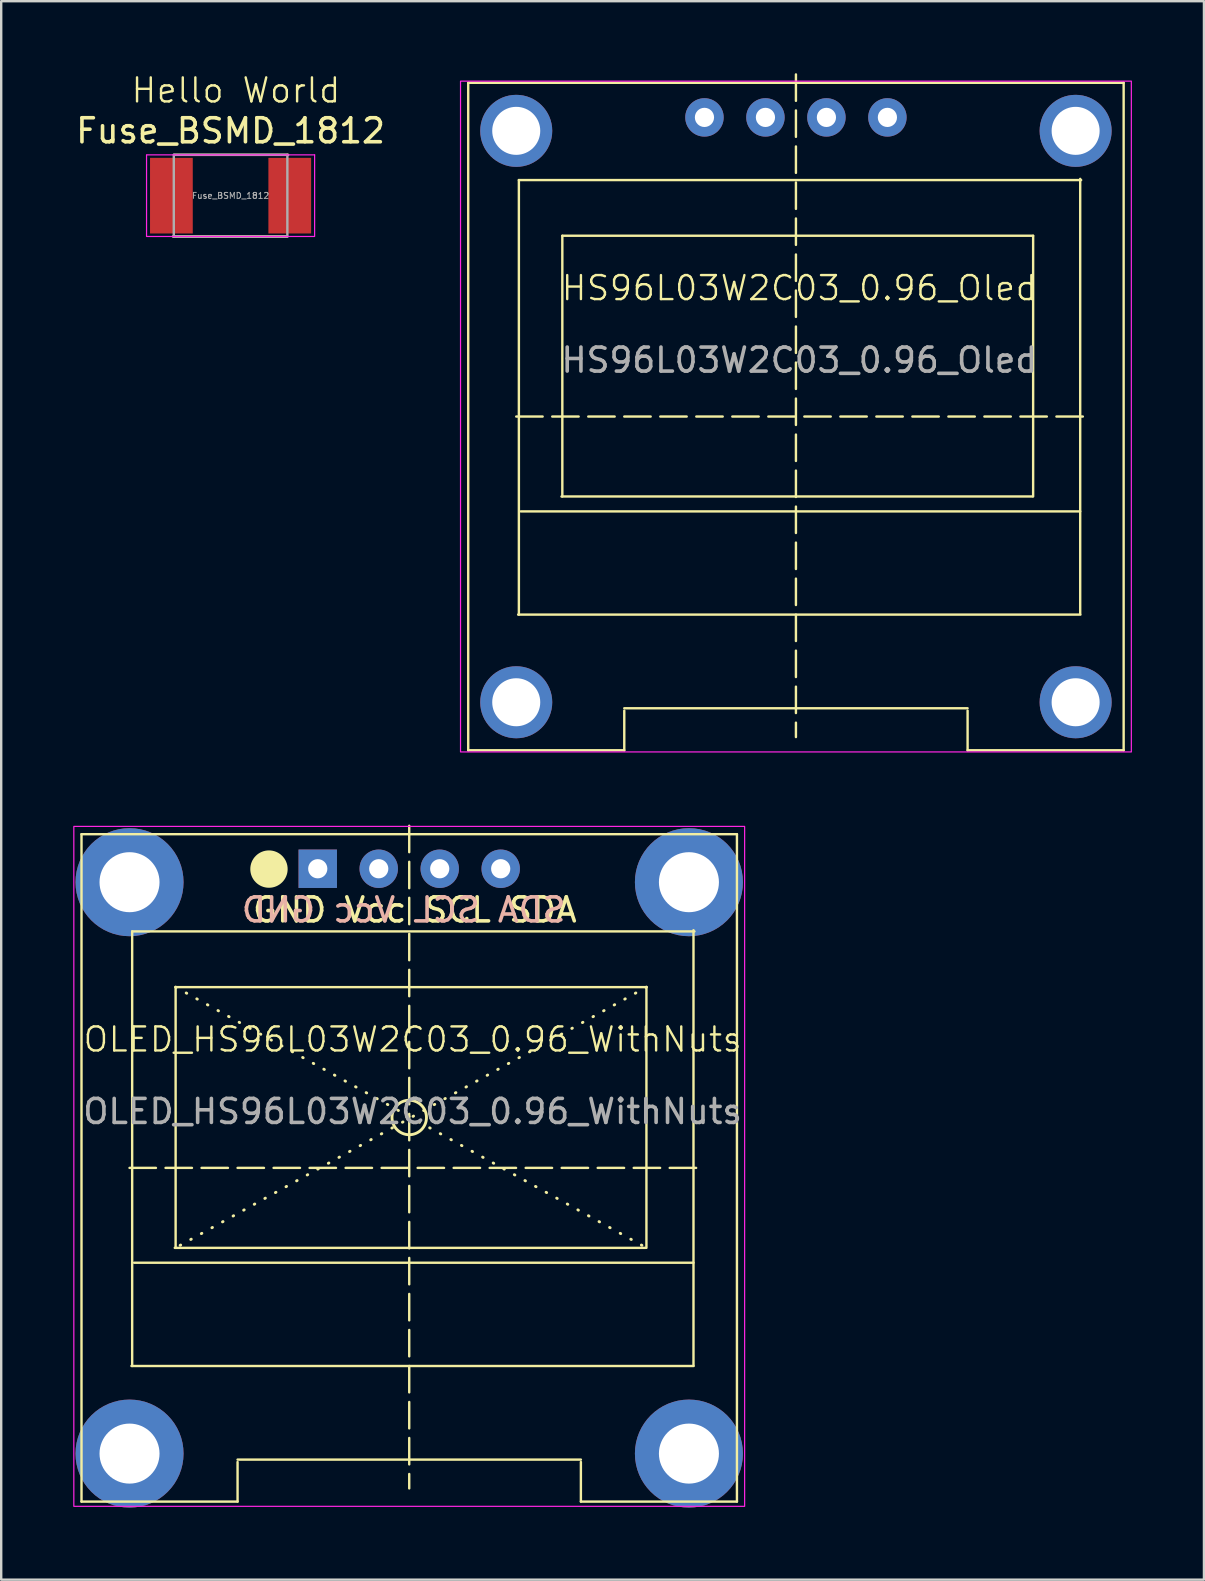
<source format=kicad_pcb>
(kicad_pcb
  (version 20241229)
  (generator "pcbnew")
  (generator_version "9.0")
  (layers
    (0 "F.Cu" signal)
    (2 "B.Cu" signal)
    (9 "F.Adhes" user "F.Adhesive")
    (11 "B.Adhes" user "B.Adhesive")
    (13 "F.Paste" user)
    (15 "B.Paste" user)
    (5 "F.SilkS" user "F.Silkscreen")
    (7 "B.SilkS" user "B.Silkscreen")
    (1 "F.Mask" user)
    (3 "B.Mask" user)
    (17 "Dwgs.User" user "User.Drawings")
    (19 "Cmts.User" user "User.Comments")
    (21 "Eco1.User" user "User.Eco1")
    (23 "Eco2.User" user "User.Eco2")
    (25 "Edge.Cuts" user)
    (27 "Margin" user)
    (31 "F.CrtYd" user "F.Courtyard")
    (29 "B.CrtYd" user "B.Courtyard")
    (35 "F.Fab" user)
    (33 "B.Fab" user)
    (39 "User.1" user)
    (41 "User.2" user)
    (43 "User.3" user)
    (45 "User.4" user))
  (footprint "HS96L03W2C03_0.96_Oled"
    (layer "F.Cu")
    (at 30.102 14.3)
    (property "Reference" "HS96L03W2C03_0.96_Oled" (at 0.14 -5.35 0) (unlocked yes) (layer "F.SilkS") (effects (font (size 1 1) (thickness 0.1))))
    (attr through_hole)
    (fp_line (start -13.65 -13.9) (end 13.65 -13.9) (stroke (width 0.1) (type default)) (layer "F.SilkS"))
    (fp_line (start -13.65 13.9) (end -13.65 -13.9) (stroke (width 0.1) (type default)) (layer "F.SilkS"))
    (fp_line (start -13.65 13.9) (end -7.15 13.9) (stroke (width 0.1) (type default)) (layer "F.SilkS"))
    (fp_line (start -11.65 0) (end 12.05 0) (stroke (width 0.1) (type dash)) (layer "F.SilkS"))
    (fp_line (start -11.57 8.25) (end 11.85 8.25) (stroke (width 0.1) (type default)) (layer "F.SilkS"))
    (fp_line (start -11.54 -9.85) (end -11.54 8.25) (stroke (width 0.1) (type default)) (layer "F.SilkS"))
    (fp_line (start -11.54 -9.85) (end 11.88 -9.85) (stroke (width 0.1) (type default)) (layer "F.SilkS"))
    (fp_line (start -11.46 3.95) (end 11.84 3.95) (stroke (width 0.1) (type default)) (layer "F.SilkS"))
    (fp_line (start -9.765 3.33) (end 9.845 3.33) (stroke (width 0.1) (type default)) (layer "F.SilkS"))
    (fp_line (start -9.73 -7.53) (end -9.73 3.33) (stroke (width 0.1) (type default)) (layer "F.SilkS"))
    (fp_line (start -9.73 -7.53) (end 9.88 -7.53) (stroke (width 0.1) (type default)) (layer "F.SilkS"))
    (fp_line (start -7.15 12.15) (end 7.15 12.15) (stroke (width 0.1) (type default)) (layer "F.SilkS"))
    (fp_line (start -7.15 13.9) (end -7.15 12.25) (stroke (width 0.1) (type default)) (layer "F.SilkS"))
    (fp_line (start 0 -14.25) (end 0 13.35) (stroke (width 0.1) (type dash)) (layer "F.SilkS"))
    (fp_line (start 7.15 13.9) (end 7.15 12.25) (stroke (width 0.1) (type default)) (layer "F.SilkS"))
    (fp_line (start 9.88 -7.53) (end 9.88 3.33) (stroke (width 0.1) (type default)) (layer "F.SilkS"))
    (fp_line (start 11.84 -9.9) (end 11.84 8.2) (stroke (width 0.1) (type default)) (layer "F.SilkS"))
    (fp_line (start 13.65 -13.9) (end 13.65 13.9) (stroke (width 0.1) (type default)) (layer "F.SilkS"))
    (fp_line (start 13.65 13.9) (end 7.15 13.9) (stroke (width 0.1) (type default)) (layer "F.SilkS"))
    (fp_rect (start -13.97 -13.97) (end 13.97 13.97) (stroke (width 0.05) (type default)) (fill no) (layer "F.CrtYd"))
    (fp_text user "${REFERENCE}" (at 0.14 -2.35 0) (unlocked yes) (layer "F.Fab") (effects (font (size 1 1) (thickness 0.15))))
    (pad "1" thru_hole circle (at -3.81 -12.46) (size 1.6 1.6) (drill 0.8) (layers "*.Cu" "*.Mask"))
    (pad "2" thru_hole circle (at -1.27 -12.46) (size 1.6 1.6) (drill 0.8) (layers "*.Cu" "*.Mask"))
    (pad "3" thru_hole circle (at 1.27 -12.46) (size 1.6 1.6) (drill 0.8) (layers "*.Cu" "*.Mask"))
    (pad "4" thru_hole circle (at 3.81 -12.46) (size 1.6 1.6) (drill 0.8) (layers "*.Cu" "*.Mask"))
    (pad "5" thru_hole circle (at -11.65 -11.9) (size 3 3) (drill 2) (layers "*.Cu" "*.Mask"))
    (pad "6" thru_hole circle (at 11.65 -11.9) (size 3 3) (drill 2) (layers "*.Cu" "*.Mask"))
    (pad "7" thru_hole circle (at -11.65 11.9) (size 3 3) (drill 2) (layers "*.Cu" "*.Mask"))
    (pad "8" thru_hole circle (at 11.65 11.9) (size 3 3) (drill 2) (layers "*.Cu" "*.Mask")))
  (footprint "Fuse_BSMD_1812"
    (layer "F.Cu")
    (at 6.554 5.1)
    (property "Reference" "Fuse_BSMD_1812" (at 0 -2.7 0) (layer "F.SilkS") (effects (font (size 1 1) (thickness 0.15))))
    (attr smd)
    (fp_line (start 2.33 1.7) (end -2.4 1.7) (stroke (width 0.1) (type solid)) (layer "F.SilkS"))
    (fp_line (start 2.4 -1.7) (end -2.33 -1.7) (stroke (width 0.1) (type solid)) (layer "F.SilkS"))
    (fp_line (start -3.5 1.7) (end -3.5 -1.7) (stroke (width 0.05) (type solid)) (layer "F.CrtYd"))
    (fp_line (start -3.482 -1.7) (end 3.5 -1.7) (stroke (width 0.05) (type solid)) (layer "F.CrtYd"))
    (fp_line (start -3.482 1.7) (end 3.482 1.7) (stroke (width 0.05) (type solid)) (layer "F.CrtYd"))
    (fp_line (start 3.5 1.7) (end 3.5 -1.7) (stroke (width 0.05) (type solid)) (layer "F.CrtYd"))
    (fp_line (start -2.365 -1.705) (end -2.365 1.705) (stroke (width 0.1) (type solid)) (layer "F.Fab"))
    (fp_line (start -2.365 1.705) (end 2.365 1.705) (stroke (width 0.1) (type solid)) (layer "F.Fab"))
    (fp_line (start 2.365 -1.705) (end -2.365 -1.705) (stroke (width 0.1) (type solid)) (layer "F.Fab"))
    (fp_line (start 2.365 -1.705) (end 2.365 1.705) (stroke (width 0.1) (type solid)) (layer "F.Fab"))
    (fp_text user "Hello World" (at -4.2 -3.8 0) (unlocked yes) (layer "F.SilkS") (effects (font (size 1 1) (thickness 0.1)) (justify left bottom)))
    (fp_text user "${REFERENCE}" (at 0 0 0) (layer "F.Fab") (effects (font (size 0.25 0.25) (thickness 0.04))))
    (pad "1" smd rect (at -2.465 0) (size 1.78 3.15) (layers "F.Cu" "F.Mask" "F.Paste"))
    (pad "2" smd rect (at 2.465 0) (size 1.78 3.15) (layers "F.Cu" "F.Mask" "F.Paste")))
  (footprint "OLED_HS96L03W2C03_0.96_WithNuts"
    (layer "F.Cu")
    (at 13.995 45.595)
    (property "Reference" "OLED_HS96L03W2C03_0.96_WithNuts" (at 0.14 -5.35 0) (unlocked yes) (layer "F.SilkS") (effects (font (size 1 1) (thickness 0.1))))
    (attr through_hole)
    (fp_line (start -13.65 -13.9) (end 13.65 -13.9) (stroke (width 0.1) (type default)) (layer "F.SilkS"))
    (fp_line (start -13.65 13.9) (end -13.65 -13.9) (stroke (width 0.1) (type default)) (layer "F.SilkS"))
    (fp_line (start -13.65 13.9) (end -7.15 13.9) (stroke (width 0.1) (type default)) (layer "F.SilkS"))
    (fp_line (start -11.65 0) (end 12.05 0) (stroke (width 0.1) (type dash)) (layer "F.SilkS"))
    (fp_line (start -11.57 8.25) (end 11.85 8.25) (stroke (width 0.1) (type default)) (layer "F.SilkS"))
    (fp_line (start -11.54 -9.85) (end -11.54 8.25) (stroke (width 0.1) (type default)) (layer "F.SilkS"))
    (fp_line (start -11.54 -9.85) (end 11.88 -9.85) (stroke (width 0.1) (type default)) (layer "F.SilkS"))
    (fp_line (start -11.46 3.95) (end 11.84 3.95) (stroke (width 0.1) (type default)) (layer "F.SilkS"))
    (fp_line (start -9.765 3.33) (end 9.845 3.33) (stroke (width 0.1) (type default)) (layer "F.SilkS"))
    (fp_line (start -9.73 -7.53) (end -9.73 3.33) (stroke (width 0.1) (type default)) (layer "F.SilkS"))
    (fp_line (start -9.73 -7.53) (end 9.88 -7.53) (stroke (width 0.1) (type default)) (layer "F.SilkS"))
    (fp_line (start -9.73 -7.53) (end 9.88 3.33) (stroke (width 0.12) (type dot)) (layer "F.SilkS"))
    (fp_line (start -7.15 12.15) (end 7.15 12.15) (stroke (width 0.1) (type default)) (layer "F.SilkS"))
    (fp_line (start -7.15 13.9) (end -7.15 12.25) (stroke (width 0.1) (type default)) (layer "F.SilkS"))
    (fp_line (start 0 -14.25) (end 0 13.35) (stroke (width 0.1) (type dash)) (layer "F.SilkS"))
    (fp_line (start 7.15 13.9) (end 7.15 12.25) (stroke (width 0.1) (type default)) (layer "F.SilkS"))
    (fp_line (start 9.88 -7.53) (end -9.73 3.33) (stroke (width 0.12) (type dot)) (layer "F.SilkS"))
    (fp_line (start 9.88 -7.53) (end 9.88 3.33) (stroke (width 0.1) (type default)) (layer "F.SilkS"))
    (fp_line (start 11.84 -9.9) (end 11.84 8.2) (stroke (width 0.1) (type default)) (layer "F.SilkS"))
    (fp_line (start 13.65 -13.9) (end 13.65 13.9) (stroke (width 0.1) (type default)) (layer "F.SilkS"))
    (fp_line (start 13.65 13.9) (end 7.15 13.9) (stroke (width 0.1) (type default)) (layer "F.SilkS"))
    (fp_circle (center -5.842 -12.446) (end -5.124 -12.446) (stroke (width 0.12) (type solid)) (fill yes) (layer "F.SilkS"))
    (fp_circle (center 0 -2.1) (end 0.718 -2.1) (stroke (width 0.12) (type solid)) (fill no) (layer "F.SilkS"))
    (fp_rect (start -13.97 -14.224) (end 13.97 14.097) (stroke (width 0.05) (type default)) (fill no) (layer "F.CrtYd"))
    (fp_text user "GND Vcc SCL SDA" (at -6.604 -10.16 0) (unlocked yes) (layer "F.SilkS") (effects (font (size 1 1) (thickness 0.15)) (justify left bottom)))
    (fp_text user "SDA SCL Vcc GND" (at 6.604 -10.16 0) (unlocked yes) (layer "B.SilkS") (effects (font (size 1 1) (thickness 0.15)) (justify left bottom mirror)))
    (fp_text user "${REFERENCE}" (at 0.14 -2.35 0) (unlocked yes) (layer "F.Fab") (effects (font (size 1 1) (thickness 0.15))))
    (pad "1" thru_hole rect (at -3.81 -12.46) (size 1.6 1.6) (drill 0.8) (layers "*.Cu" "*.Mask"))
    (pad "2" thru_hole circle (at -1.27 -12.46) (size 1.6 1.6) (drill 0.8) (layers "*.Cu" "*.Mask"))
    (pad "3" thru_hole circle (at 1.27 -12.46) (size 1.6 1.6) (drill 0.8) (layers "*.Cu" "*.Mask"))
    (pad "4" thru_hole circle (at 3.81 -12.46) (size 1.6 1.6) (drill 0.8) (layers "*.Cu" "*.Mask"))
    (pad "5" thru_hole circle (at -11.65 -11.9) (size 4.5 4.5) (drill 2.5) (layers "*.Cu" "*.Mask"))
    (pad "6" thru_hole circle (at 11.65 -11.9) (size 4.5 4.5) (drill 2.5) (layers "*.Cu" "*.Mask"))
    (pad "7" thru_hole circle (at -11.65 11.9) (size 4.5 4.5) (drill 2.5) (layers "*.Cu" "*.Mask"))
    (pad "8" thru_hole circle (at 11.65 11.9) (size 4.5 4.5) (drill 2.5) (layers "*.Cu" "*.Mask")))
  (gr_rect
    (start -3 -3)
    (end 47.097 62.745)
    (stroke (width 0.1) (type default))
    (fill no)
    (layer "Edge.Cuts")))
</source>
